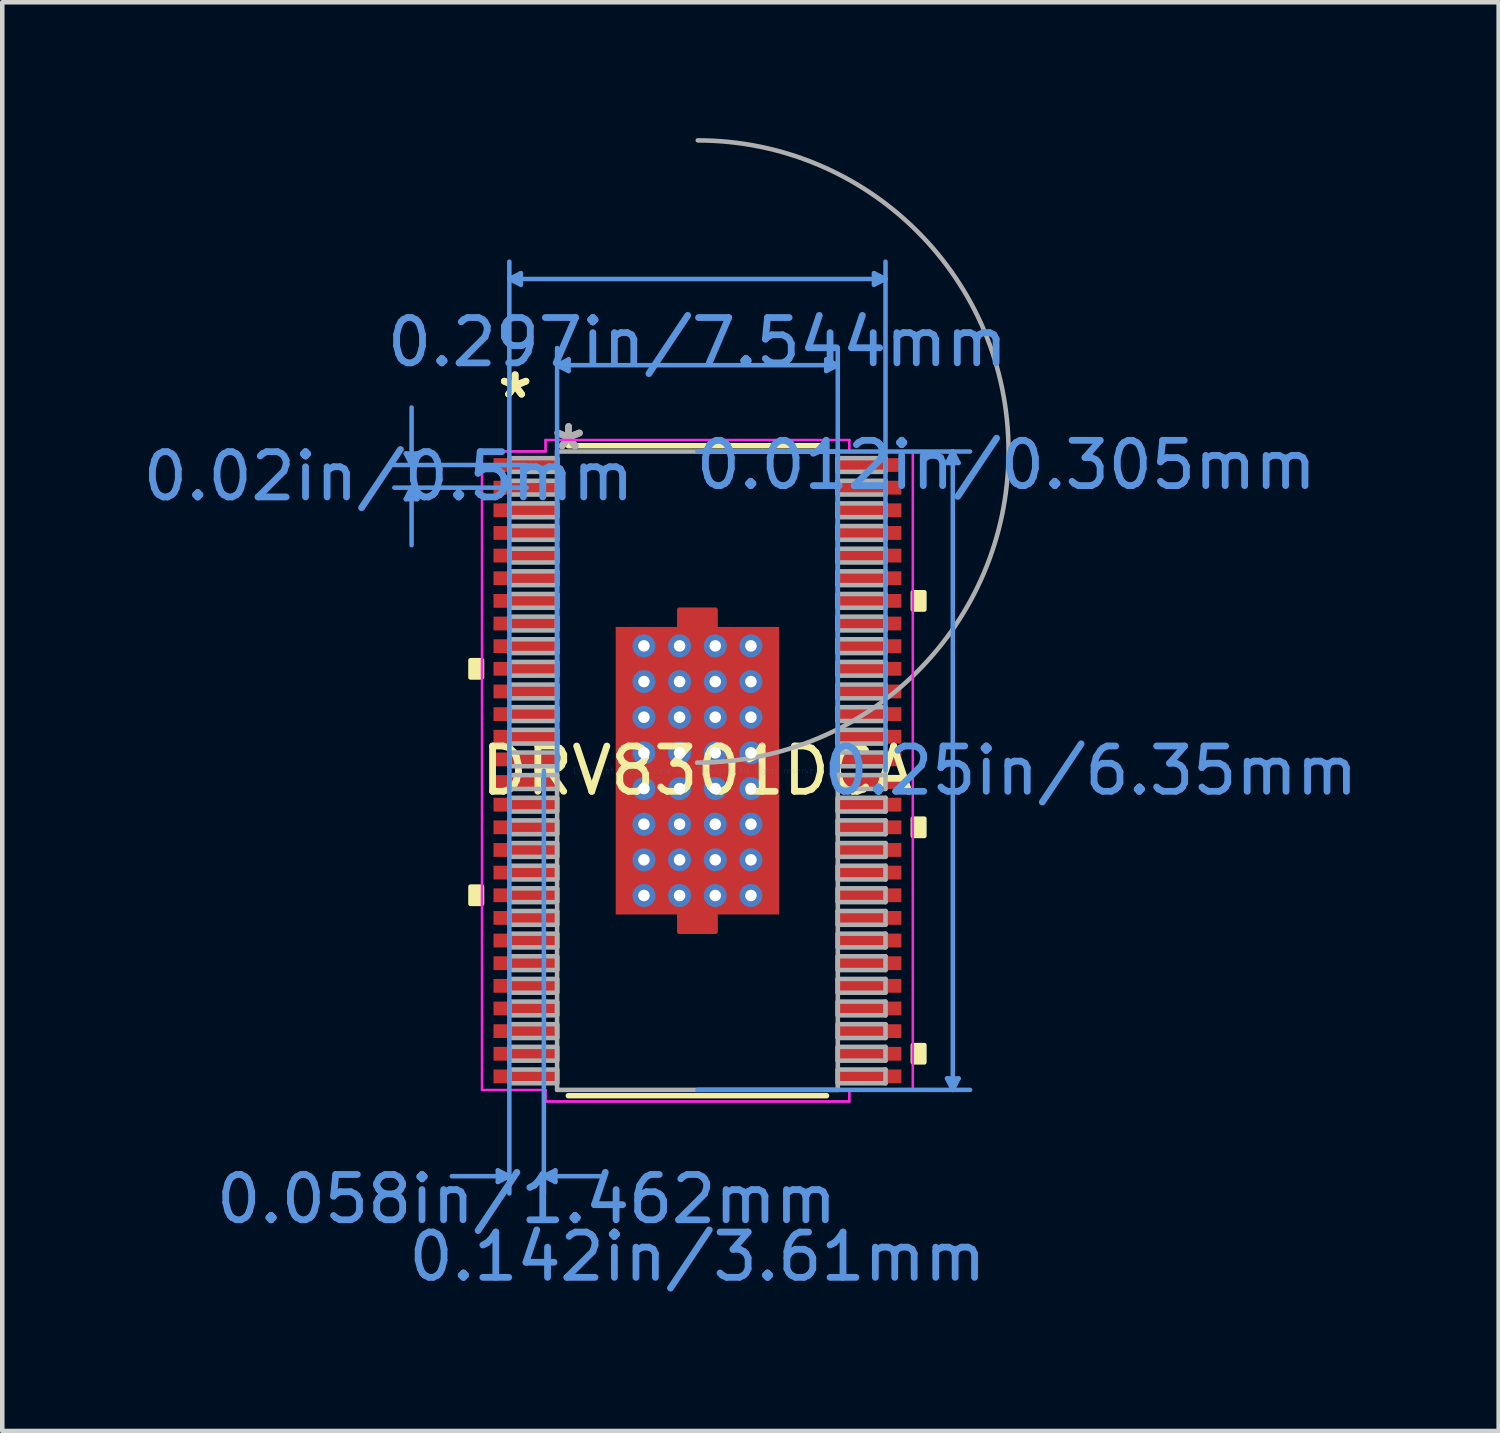
<source format=kicad_pcb>
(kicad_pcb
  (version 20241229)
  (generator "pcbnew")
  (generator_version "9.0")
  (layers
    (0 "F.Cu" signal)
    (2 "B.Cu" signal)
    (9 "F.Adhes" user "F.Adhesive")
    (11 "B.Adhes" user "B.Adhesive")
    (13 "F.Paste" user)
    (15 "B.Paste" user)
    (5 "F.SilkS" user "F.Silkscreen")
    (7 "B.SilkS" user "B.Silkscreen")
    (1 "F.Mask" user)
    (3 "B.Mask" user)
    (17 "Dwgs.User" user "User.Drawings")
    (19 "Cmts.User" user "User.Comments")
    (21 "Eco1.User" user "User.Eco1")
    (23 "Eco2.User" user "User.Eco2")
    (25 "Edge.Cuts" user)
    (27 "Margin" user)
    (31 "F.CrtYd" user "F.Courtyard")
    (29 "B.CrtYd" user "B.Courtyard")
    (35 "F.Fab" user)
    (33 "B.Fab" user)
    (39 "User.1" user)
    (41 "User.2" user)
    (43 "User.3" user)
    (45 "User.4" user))
  (footprint "DRV8301DCA"
    (layer "F.Cu")
    (at 12.35 13.968)
    (property "Reference" "DRV8301DCA" (at 0 0 0) (layer "F.SilkS") (effects (font (size 1 1) (thickness 0.15))))
    (attr through_hole)
    (fp_poly (pts (xy -0.4 -3.175) (xy -0.4 -3.555) (xy 0.4 -3.555) (xy 0.4 -3.175)) (stroke (width 0.1) (type solid)) (fill yes) (layer "F.Cu"))
    (fp_poly (pts (xy -0.4 3.175) (xy -0.4 3.555) (xy 0.4 3.555) (xy 0.4 3.175)) (stroke (width 0.1) (type solid)) (fill yes) (layer "F.Cu"))
    (fp_poly (pts (xy -1.869 -3.239) (xy -1.381 -3.239) (xy -1.381 3.239) (xy -1.869 3.239)) (stroke (width 0.1) (type solid)) (fill yes) (layer "F.Mask"))
    (fp_poly (pts (xy -1.869 -3.239) (xy 1.869 -3.239) (xy 1.869 -2.956) (xy -1.869 -2.956)) (stroke (width 0.1) (type solid)) (fill yes) (layer "F.Mask"))
    (fp_poly (pts (xy -1.869 -2.556) (xy 1.869 -2.556) (xy 1.869 -2.168) (xy -1.869 -2.168)) (stroke (width 0.1) (type solid)) (fill yes) (layer "F.Mask"))
    (fp_poly (pts (xy -1.869 -1.768) (xy 1.869 -1.768) (xy 1.869 -1.381) (xy -1.869 -1.381)) (stroke (width 0.1) (type solid)) (fill yes) (layer "F.Mask"))
    (fp_poly (pts (xy -1.869 -0.981) (xy 1.869 -0.981) (xy 1.869 -0.594) (xy -1.869 -0.594)) (stroke (width 0.1) (type solid)) (fill yes) (layer "F.Mask"))
    (fp_poly (pts (xy -1.869 -0.194) (xy 1.869 -0.194) (xy 1.869 0.194) (xy -1.869 0.194)) (stroke (width 0.1) (type solid)) (fill yes) (layer "F.Mask"))
    (fp_poly (pts (xy -1.869 0.594) (xy 1.869 0.594) (xy 1.869 0.981) (xy -1.869 0.981)) (stroke (width 0.1) (type solid)) (fill yes) (layer "F.Mask"))
    (fp_poly (pts (xy -1.869 1.381) (xy 1.869 1.381) (xy 1.869 1.768) (xy -1.869 1.768)) (stroke (width 0.1) (type solid)) (fill yes) (layer "F.Mask"))
    (fp_poly (pts (xy -1.869 2.168) (xy 1.869 2.168) (xy 1.869 2.556) (xy -1.869 2.556)) (stroke (width 0.1) (type solid)) (fill yes) (layer "F.Mask"))
    (fp_poly (pts (xy -1.869 2.956) (xy 1.869 2.956) (xy 1.869 3.239) (xy -1.869 3.239)) (stroke (width 0.1) (type solid)) (fill yes) (layer "F.Mask"))
    (fp_poly (pts (xy -0.594 -3.239) (xy -0.981 -3.239) (xy -0.981 3.239) (xy -0.594 3.239)) (stroke (width 0.1) (type solid)) (fill yes) (layer "F.Mask"))
    (fp_poly (pts (xy -0.4 -3.175) (xy -0.4 -3.555) (xy 0.4 -3.555) (xy 0.4 -3.175)) (stroke (width 0.1) (type solid)) (fill yes) (layer "F.Mask"))
    (fp_poly (pts (xy -0.4 3.175) (xy -0.4 3.555) (xy 0.4 3.555) (xy 0.4 3.175)) (stroke (width 0.1) (type solid)) (fill yes) (layer "F.Mask"))
    (fp_poly (pts (xy 0.194 -3.239) (xy -0.194 -3.239) (xy -0.194 3.239) (xy 0.194 3.239)) (stroke (width 0.1) (type solid)) (fill yes) (layer "F.Mask"))
    (fp_poly (pts (xy 0.981 -3.239) (xy 0.594 -3.239) (xy 0.594 3.239) (xy 0.981 3.239)) (stroke (width 0.1) (type solid)) (fill yes) (layer "F.Mask"))
    (fp_poly (pts (xy 1.381 -3.239) (xy 1.869 -3.239) (xy 1.869 3.239) (xy 1.381 3.239)) (stroke (width 0.1) (type solid)) (fill yes) (layer "F.Mask"))
    (fp_line (start -2.851 7.176) (end 2.851 7.176) (stroke (width 0.12) (type solid)) (layer "F.SilkS"))
    (fp_line (start 2.851 -7.176) (end -2.851 -7.176) (stroke (width 0.12) (type solid)) (layer "F.SilkS"))
    (fp_poly (pts (xy -5.011 -2.44) (xy -5.011 -2.059) (xy -4.757 -2.059) (xy -4.757 -2.44)) (stroke (width 0.1) (type solid)) (fill yes) (layer "F.SilkS"))
    (fp_poly (pts (xy -5.011 2.559) (xy -5.011 2.94) (xy -4.757 2.94) (xy -4.757 2.559)) (stroke (width 0.1) (type solid)) (fill yes) (layer "F.SilkS"))
    (fp_poly (pts (xy 5.011 -3.94) (xy 5.011 -3.559) (xy 4.757 -3.559) (xy 4.757 -3.94)) (stroke (width 0.1) (type solid)) (fill yes) (layer "F.SilkS"))
    (fp_poly (pts (xy 5.011 1.059) (xy 5.011 1.44) (xy 4.757 1.44) (xy 4.757 1.059)) (stroke (width 0.1) (type solid)) (fill yes) (layer "F.SilkS"))
    (fp_poly (pts (xy 5.011 6.059) (xy 5.011 6.44) (xy 4.757 6.44) (xy 4.757 6.059)) (stroke (width 0.1) (type solid)) (fill yes) (layer "F.SilkS"))
    (fp_poly (pts (xy -1.73 -3.1) (xy -1.73 -2.856) (xy -1.423 -2.856) (xy -1.281 -2.997) (xy -1.281 -3.1)) (stroke (width 0.1) (type solid)) (fill yes) (layer "F.Paste"))
    (fp_poly (pts (xy -1.73 2.856) (xy -1.73 3.1) (xy -1.281 3.1) (xy -1.281 2.997) (xy -1.423 2.856)) (stroke (width 0.1) (type solid)) (fill yes) (layer "F.Paste"))
    (fp_poly (pts (xy 1.281 -3.1) (xy 1.281 -2.997) (xy 1.423 -2.856) (xy 1.73 -2.856) (xy 1.73 -3.1)) (stroke (width 0.1) (type solid)) (fill yes) (layer "F.Paste"))
    (fp_poly (pts (xy 1.423 2.856) (xy 1.281 2.997) (xy 1.281 3.1) (xy 1.73 3.1) (xy 1.73 2.856)) (stroke (width 0.1) (type solid)) (fill yes) (layer "F.Paste"))
    (fp_poly (pts (xy -1.73 -2.656) (xy -1.73 -2.068) (xy -1.423 -2.068) (xy -1.281 -2.21) (xy -1.281 -2.514) (xy -1.423 -2.656)) (stroke (width 0.1) (type solid)) (fill yes) (layer "F.Paste"))
    (fp_poly (pts (xy -1.73 -1.869) (xy -1.73 -1.281) (xy -1.423 -1.281) (xy -1.281 -1.423) (xy -1.281 -1.727) (xy -1.423 -1.869)) (stroke (width 0.1) (type solid)) (fill yes) (layer "F.Paste"))
    (fp_poly (pts (xy -1.73 -1.081) (xy -1.73 -0.494) (xy -1.423 -0.494) (xy -1.281 -0.635) (xy -1.281 -0.94) (xy -1.423 -1.081)) (stroke (width 0.1) (type solid)) (fill yes) (layer "F.Paste"))
    (fp_poly (pts (xy -1.73 -0.294) (xy -1.73 0.294) (xy -1.423 0.294) (xy -1.281 0.152) (xy -1.281 -0.152) (xy -1.423 -0.294)) (stroke (width 0.1) (type solid)) (fill yes) (layer "F.Paste"))
    (fp_poly (pts (xy -1.73 0.494) (xy -1.73 1.081) (xy -1.423 1.081) (xy -1.281 0.94) (xy -1.281 0.635) (xy -1.423 0.494)) (stroke (width 0.1) (type solid)) (fill yes) (layer "F.Paste"))
    (fp_poly (pts (xy -1.73 1.281) (xy -1.73 1.869) (xy -1.423 1.869) (xy -1.281 1.727) (xy -1.281 1.423) (xy -1.423 1.281)) (stroke (width 0.1) (type solid)) (fill yes) (layer "F.Paste"))
    (fp_poly (pts (xy -1.73 2.068) (xy -1.73 2.656) (xy -1.423 2.656) (xy -1.281 2.514) (xy -1.281 2.21) (xy -1.423 2.068)) (stroke (width 0.1) (type solid)) (fill yes) (layer "F.Paste"))
    (fp_poly (pts (xy -1.081 -3.1) (xy -1.081 -2.997) (xy -0.94 -2.856) (xy -0.635 -2.856) (xy -0.494 -2.997) (xy -0.494 -3.1)) (stroke (width 0.1) (type solid)) (fill yes) (layer "F.Paste"))
    (fp_poly (pts (xy -0.94 2.856) (xy -1.081 2.997) (xy -1.081 3.1) (xy -0.494 3.1) (xy -0.494 2.997) (xy -0.635 2.856)) (stroke (width 0.1) (type solid)) (fill yes) (layer "F.Paste"))
    (fp_poly (pts (xy -0.294 -3.1) (xy -0.294 -2.997) (xy -0.152 -2.856) (xy 0.152 -2.856) (xy 0.294 -2.997) (xy 0.294 -3.1)) (stroke (width 0.1) (type solid)) (fill yes) (layer "F.Paste"))
    (fp_poly (pts (xy -0.152 2.856) (xy -0.294 2.997) (xy -0.294 3.1) (xy 0.294 3.1) (xy 0.294 2.997) (xy 0.152 2.856)) (stroke (width 0.1) (type solid)) (fill yes) (layer "F.Paste"))
    (fp_poly (pts (xy 0.494 -3.1) (xy 0.494 -2.997) (xy 0.635 -2.856) (xy 0.94 -2.856) (xy 1.081 -2.997) (xy 1.081 -3.1)) (stroke (width 0.1) (type solid)) (fill yes) (layer "F.Paste"))
    (fp_poly (pts (xy 0.635 2.856) (xy 0.494 2.997) (xy 0.494 3.1) (xy 1.081 3.1) (xy 1.081 2.997) (xy 0.94 2.856)) (stroke (width 0.1) (type solid)) (fill yes) (layer "F.Paste"))
    (fp_poly (pts (xy 1.423 -2.656) (xy 1.281 -2.514) (xy 1.281 -2.21) (xy 1.423 -2.068) (xy 1.73 -2.068) (xy 1.73 -2.656)) (stroke (width 0.1) (type solid)) (fill yes) (layer "F.Paste"))
    (fp_poly (pts (xy 1.423 -1.869) (xy 1.281 -1.727) (xy 1.281 -1.423) (xy 1.423 -1.281) (xy 1.73 -1.281) (xy 1.73 -1.869)) (stroke (width 0.1) (type solid)) (fill yes) (layer "F.Paste"))
    (fp_poly (pts (xy 1.423 -1.081) (xy 1.281 -0.94) (xy 1.281 -0.635) (xy 1.423 -0.494) (xy 1.73 -0.494) (xy 1.73 -1.081)) (stroke (width 0.1) (type solid)) (fill yes) (layer "F.Paste"))
    (fp_poly (pts (xy 1.423 -0.294) (xy 1.281 -0.152) (xy 1.281 0.152) (xy 1.423 0.294) (xy 1.73 0.294) (xy 1.73 -0.294)) (stroke (width 0.1) (type solid)) (fill yes) (layer "F.Paste"))
    (fp_poly (pts (xy 1.423 0.494) (xy 1.281 0.635) (xy 1.281 0.94) (xy 1.423 1.081) (xy 1.73 1.081) (xy 1.73 0.494)) (stroke (width 0.1) (type solid)) (fill yes) (layer "F.Paste"))
    (fp_poly (pts (xy 1.423 1.281) (xy 1.281 1.423) (xy 1.281 1.727) (xy 1.423 1.869) (xy 1.73 1.869) (xy 1.73 1.281)) (stroke (width 0.1) (type solid)) (fill yes) (layer "F.Paste"))
    (fp_poly (pts (xy 1.423 2.068) (xy 1.281 2.21) (xy 1.281 2.514) (xy 1.423 2.656) (xy 1.73 2.656) (xy 1.73 2.068)) (stroke (width 0.1) (type solid)) (fill yes) (layer "F.Paste"))
    (fp_poly (pts (xy -0.94 -2.656) (xy -1.081 -2.514) (xy -1.081 -2.21) (xy -0.94 -2.068) (xy -0.635 -2.068) (xy -0.494 -2.21) (xy -0.494 -2.514) (xy -0.635 -2.656)) (stroke (width 0.1) (type solid)) (fill yes) (layer "F.Paste"))
    (fp_poly (pts (xy -0.94 -1.869) (xy -1.081 -1.727) (xy -1.081 -1.423) (xy -0.94 -1.281) (xy -0.635 -1.281) (xy -0.494 -1.423) (xy -0.494 -1.727) (xy -0.635 -1.869)) (stroke (width 0.1) (type solid)) (fill yes) (layer "F.Paste"))
    (fp_poly (pts (xy -0.94 -1.081) (xy -1.081 -0.94) (xy -1.081 -0.635) (xy -0.94 -0.494) (xy -0.635 -0.494) (xy -0.494 -0.635) (xy -0.494 -0.94) (xy -0.635 -1.081)) (stroke (width 0.1) (type solid)) (fill yes) (layer "F.Paste"))
    (fp_poly (pts (xy -0.94 -0.294) (xy -1.081 -0.152) (xy -1.081 0.152) (xy -0.94 0.294) (xy -0.635 0.294) (xy -0.494 0.152) (xy -0.494 -0.152) (xy -0.635 -0.294)) (stroke (width 0.1) (type solid)) (fill yes) (layer "F.Paste"))
    (fp_poly (pts (xy -0.94 0.494) (xy -1.081 0.635) (xy -1.081 0.94) (xy -0.94 1.081) (xy -0.635 1.081) (xy -0.494 0.94) (xy -0.494 0.635) (xy -0.635 0.494)) (stroke (width 0.1) (type solid)) (fill yes) (layer "F.Paste"))
    (fp_poly (pts (xy -0.94 1.281) (xy -1.081 1.423) (xy -1.081 1.727) (xy -0.94 1.869) (xy -0.635 1.869) (xy -0.494 1.727) (xy -0.494 1.423) (xy -0.635 1.281)) (stroke (width 0.1) (type solid)) (fill yes) (layer "F.Paste"))
    (fp_poly (pts (xy -0.94 2.068) (xy -1.081 2.21) (xy -1.081 2.514) (xy -0.94 2.656) (xy -0.635 2.656) (xy -0.494 2.514) (xy -0.494 2.21) (xy -0.635 2.068)) (stroke (width 0.1) (type solid)) (fill yes) (layer "F.Paste"))
    (fp_poly (pts (xy -0.152 -2.656) (xy -0.294 -2.514) (xy -0.294 -2.21) (xy -0.152 -2.068) (xy 0.152 -2.068) (xy 0.294 -2.21) (xy 0.294 -2.514) (xy 0.152 -2.656)) (stroke (width 0.1) (type solid)) (fill yes) (layer "F.Paste"))
    (fp_poly (pts (xy -0.152 -1.869) (xy -0.294 -1.727) (xy -0.294 -1.423) (xy -0.152 -1.281) (xy 0.152 -1.281) (xy 0.294 -1.423) (xy 0.294 -1.727) (xy 0.152 -1.869)) (stroke (width 0.1) (type solid)) (fill yes) (layer "F.Paste"))
    (fp_poly (pts (xy -0.152 -1.081) (xy -0.294 -0.94) (xy -0.294 -0.635) (xy -0.152 -0.494) (xy 0.152 -0.494) (xy 0.294 -0.635) (xy 0.294 -0.94) (xy 0.152 -1.081)) (stroke (width 0.1) (type solid)) (fill yes) (layer "F.Paste"))
    (fp_poly (pts (xy -0.152 -0.294) (xy -0.294 -0.152) (xy -0.294 0.152) (xy -0.152 0.294) (xy 0.152 0.294) (xy 0.294 0.152) (xy 0.294 -0.152) (xy 0.152 -0.294)) (stroke (width 0.1) (type solid)) (fill yes) (layer "F.Paste"))
    (fp_poly (pts (xy -0.152 0.494) (xy -0.294 0.635) (xy -0.294 0.94) (xy -0.152 1.081) (xy 0.152 1.081) (xy 0.294 0.94) (xy 0.294 0.635) (xy 0.152 0.494)) (stroke (width 0.1) (type solid)) (fill yes) (layer "F.Paste"))
    (fp_poly (pts (xy -0.152 1.281) (xy -0.294 1.423) (xy -0.294 1.727) (xy -0.152 1.869) (xy 0.152 1.869) (xy 0.294 1.727) (xy 0.294 1.423) (xy 0.152 1.281)) (stroke (width 0.1) (type solid)) (fill yes) (layer "F.Paste"))
    (fp_poly (pts (xy -0.152 2.068) (xy -0.294 2.21) (xy -0.294 2.514) (xy -0.152 2.656) (xy 0.152 2.656) (xy 0.294 2.514) (xy 0.294 2.21) (xy 0.152 2.068)) (stroke (width 0.1) (type solid)) (fill yes) (layer "F.Paste"))
    (fp_poly (pts (xy 0.635 -2.656) (xy 0.494 -2.514) (xy 0.494 -2.21) (xy 0.635 -2.068) (xy 0.94 -2.068) (xy 1.081 -2.21) (xy 1.081 -2.514) (xy 0.94 -2.656)) (stroke (width 0.1) (type solid)) (fill yes) (layer "F.Paste"))
    (fp_poly (pts (xy 0.635 -1.869) (xy 0.494 -1.727) (xy 0.494 -1.423) (xy 0.635 -1.281) (xy 0.94 -1.281) (xy 1.081 -1.423) (xy 1.081 -1.727) (xy 0.94 -1.869)) (stroke (width 0.1) (type solid)) (fill yes) (layer "F.Paste"))
    (fp_poly (pts (xy 0.635 -1.081) (xy 0.494 -0.94) (xy 0.494 -0.635) (xy 0.635 -0.494) (xy 0.94 -0.494) (xy 1.081 -0.635) (xy 1.081 -0.94) (xy 0.94 -1.081)) (stroke (width 0.1) (type solid)) (fill yes) (layer "F.Paste"))
    (fp_poly (pts (xy 0.635 -0.294) (xy 0.494 -0.152) (xy 0.494 0.152) (xy 0.635 0.294) (xy 0.94 0.294) (xy 1.081 0.152) (xy 1.081 -0.152) (xy 0.94 -0.294)) (stroke (width 0.1) (type solid)) (fill yes) (layer "F.Paste"))
    (fp_poly (pts (xy 0.635 0.494) (xy 0.494 0.635) (xy 0.494 0.94) (xy 0.635 1.081) (xy 0.94 1.081) (xy 1.081 0.94) (xy 1.081 0.635) (xy 0.94 0.494)) (stroke (width 0.1) (type solid)) (fill yes) (layer "F.Paste"))
    (fp_poly (pts (xy 0.635 1.281) (xy 0.494 1.423) (xy 0.494 1.727) (xy 0.635 1.869) (xy 0.94 1.869) (xy 1.081 1.727) (xy 1.081 1.423) (xy 0.94 1.281)) (stroke (width 0.1) (type solid)) (fill yes) (layer "F.Paste"))
    (fp_poly (pts (xy 0.635 2.068) (xy 0.494 2.21) (xy 0.494 2.514) (xy 0.635 2.656) (xy 0.94 2.656) (xy 1.081 2.514) (xy 1.081 2.21) (xy 0.94 2.068)) (stroke (width 0.1) (type solid)) (fill yes) (layer "F.Paste"))
    (fp_line (start -6.439 -7.004) (end -6.185 -7.004) (stroke (width 0.1) (type solid)) (layer "Cmts.User"))
    (fp_line (start -6.439 -5.996) (end -6.185 -5.996) (stroke (width 0.1) (type solid)) (layer "Cmts.User"))
    (fp_line (start -6.312 -6.75) (end -6.439 -7.004) (stroke (width 0.1) (type solid)) (layer "Cmts.User"))
    (fp_line (start -6.312 -6.75) (end -6.312 -8.02) (stroke (width 0.1) (type solid)) (layer "Cmts.User"))
    (fp_line (start -6.312 -6.75) (end -6.185 -7.004) (stroke (width 0.1) (type solid)) (layer "Cmts.User"))
    (fp_line (start -6.312 -6.25) (end -6.439 -5.996) (stroke (width 0.1) (type solid)) (layer "Cmts.User"))
    (fp_line (start -6.312 -6.25) (end -6.312 -4.98) (stroke (width 0.1) (type solid)) (layer "Cmts.User"))
    (fp_line (start -6.312 -6.25) (end -6.185 -5.996) (stroke (width 0.1) (type solid)) (layer "Cmts.User"))
    (fp_line (start -4.407 8.826) (end -4.407 9.081) (stroke (width 0.1) (type solid)) (layer "Cmts.User"))
    (fp_line (start -4.153 -10.858) (end -3.899 -10.986) (stroke (width 0.1) (type solid)) (layer "Cmts.User"))
    (fp_line (start -4.153 -10.858) (end -3.899 -10.732) (stroke (width 0.1) (type solid)) (layer "Cmts.User"))
    (fp_line (start -4.153 -10.858) (end 4.153 -10.858) (stroke (width 0.1) (type solid)) (layer "Cmts.User"))
    (fp_line (start -4.153 0) (end -4.153 -11.239) (stroke (width 0.1) (type solid)) (layer "Cmts.User"))
    (fp_line (start -4.153 0) (end -4.153 9.335) (stroke (width 0.1) (type solid)) (layer "Cmts.User"))
    (fp_line (start -4.153 8.954) (end -5.423 8.954) (stroke (width 0.1) (type solid)) (layer "Cmts.User"))
    (fp_line (start -4.153 8.954) (end -4.407 8.826) (stroke (width 0.1) (type solid)) (layer "Cmts.User"))
    (fp_line (start -4.153 8.954) (end -4.407 9.081) (stroke (width 0.1) (type solid)) (layer "Cmts.User"))
    (fp_line (start -3.899 -10.986) (end -3.899 -10.732) (stroke (width 0.1) (type solid)) (layer "Cmts.User"))
    (fp_line (start -3.772 -6.75) (end -6.693 -6.75) (stroke (width 0.1) (type solid)) (layer "Cmts.User"))
    (fp_line (start -3.772 -6.25) (end -6.693 -6.25) (stroke (width 0.1) (type solid)) (layer "Cmts.User"))
    (fp_line (start -3.391 0) (end -3.391 9.335) (stroke (width 0.1) (type solid)) (layer "Cmts.User"))
    (fp_line (start -3.391 8.954) (end -3.137 8.826) (stroke (width 0.1) (type solid)) (layer "Cmts.User"))
    (fp_line (start -3.391 8.954) (end -3.137 9.081) (stroke (width 0.1) (type solid)) (layer "Cmts.User"))
    (fp_line (start -3.391 8.954) (end -2.121 8.954) (stroke (width 0.1) (type solid)) (layer "Cmts.User"))
    (fp_line (start -3.137 8.826) (end -3.137 9.081) (stroke (width 0.1) (type solid)) (layer "Cmts.User"))
    (fp_line (start -3.099 -8.954) (end -2.845 -9.081) (stroke (width 0.1) (type solid)) (layer "Cmts.User"))
    (fp_line (start -3.099 -8.954) (end -2.845 -8.826) (stroke (width 0.1) (type solid)) (layer "Cmts.User"))
    (fp_line (start -3.099 -8.954) (end 3.099 -8.954) (stroke (width 0.1) (type solid)) (layer "Cmts.User"))
    (fp_line (start -3.099 0) (end -3.099 -9.335) (stroke (width 0.1) (type solid)) (layer "Cmts.User"))
    (fp_line (start -2.845 -9.081) (end -2.845 -8.826) (stroke (width 0.1) (type solid)) (layer "Cmts.User"))
    (fp_line (start 0 -7.048) (end 6.02 -7.048) (stroke (width 0.1) (type solid)) (layer "Cmts.User"))
    (fp_line (start 0 7.048) (end 6.02 7.048) (stroke (width 0.1) (type solid)) (layer "Cmts.User"))
    (fp_line (start 2.845 -9.081) (end 2.845 -8.826) (stroke (width 0.1) (type solid)) (layer "Cmts.User"))
    (fp_line (start 3.099 -8.954) (end 2.845 -9.081) (stroke (width 0.1) (type solid)) (layer "Cmts.User"))
    (fp_line (start 3.099 -8.954) (end 2.845 -8.826) (stroke (width 0.1) (type solid)) (layer "Cmts.User"))
    (fp_line (start 3.099 0) (end 3.099 -9.335) (stroke (width 0.1) (type solid)) (layer "Cmts.User"))
    (fp_line (start 3.899 -10.986) (end 3.899 -10.732) (stroke (width 0.1) (type solid)) (layer "Cmts.User"))
    (fp_line (start 4.153 -10.858) (end 3.899 -10.986) (stroke (width 0.1) (type solid)) (layer "Cmts.User"))
    (fp_line (start 4.153 -10.858) (end 3.899 -10.732) (stroke (width 0.1) (type solid)) (layer "Cmts.User"))
    (fp_line (start 4.153 0) (end 4.153 -11.239) (stroke (width 0.1) (type solid)) (layer "Cmts.User"))
    (fp_line (start 5.512 -6.795) (end 5.766 -6.795) (stroke (width 0.1) (type solid)) (layer "Cmts.User"))
    (fp_line (start 5.512 6.795) (end 5.766 6.795) (stroke (width 0.1) (type solid)) (layer "Cmts.User"))
    (fp_line (start 5.639 -7.048) (end 5.512 -6.795) (stroke (width 0.1) (type solid)) (layer "Cmts.User"))
    (fp_line (start 5.639 -7.048) (end 5.639 7.048) (stroke (width 0.1) (type solid)) (layer "Cmts.User"))
    (fp_line (start 5.639 -7.048) (end 5.766 -6.795) (stroke (width 0.1) (type solid)) (layer "Cmts.User"))
    (fp_line (start 5.639 7.048) (end 5.512 6.795) (stroke (width 0.1) (type solid)) (layer "Cmts.User"))
    (fp_line (start 5.639 7.048) (end 5.766 6.795) (stroke (width 0.1) (type solid)) (layer "Cmts.User"))
    (fp_line (start -4.757 -7.051) (end -3.353 -7.051) (stroke (width 0.05) (type solid)) (layer "F.CrtYd"))
    (fp_line (start -4.757 -7.051) (end -3.353 -7.051) (stroke (width 0.05) (type solid)) (layer "F.CrtYd"))
    (fp_line (start -4.757 7.051) (end -4.757 -7.051) (stroke (width 0.05) (type solid)) (layer "F.CrtYd"))
    (fp_line (start -4.757 7.051) (end -4.757 -7.051) (stroke (width 0.05) (type solid)) (layer "F.CrtYd"))
    (fp_line (start -4.757 7.051) (end -3.353 7.051) (stroke (width 0.05) (type solid)) (layer "F.CrtYd"))
    (fp_line (start -3.353 -7.303) (end 3.353 -7.303) (stroke (width 0.05) (type solid)) (layer "F.CrtYd"))
    (fp_line (start -3.353 -7.303) (end 3.353 -7.303) (stroke (width 0.05) (type solid)) (layer "F.CrtYd"))
    (fp_line (start -3.353 -7.051) (end -3.353 -7.303) (stroke (width 0.05) (type solid)) (layer "F.CrtYd"))
    (fp_line (start -3.353 -7.051) (end -3.353 -7.303) (stroke (width 0.05) (type solid)) (layer "F.CrtYd"))
    (fp_line (start -3.353 7.051) (end -4.757 7.051) (stroke (width 0.05) (type solid)) (layer "F.CrtYd"))
    (fp_line (start -3.353 7.303) (end -3.353 7.051) (stroke (width 0.05) (type solid)) (layer "F.CrtYd"))
    (fp_line (start -3.353 7.303) (end -3.353 7.051) (stroke (width 0.05) (type solid)) (layer "F.CrtYd"))
    (fp_line (start 3.353 -7.303) (end 3.353 -7.051) (stroke (width 0.05) (type solid)) (layer "F.CrtYd"))
    (fp_line (start 3.353 -7.303) (end 3.353 -7.051) (stroke (width 0.05) (type solid)) (layer "F.CrtYd"))
    (fp_line (start 3.353 -7.051) (end 4.757 -7.051) (stroke (width 0.05) (type solid)) (layer "F.CrtYd"))
    (fp_line (start 3.353 7.051) (end 3.353 7.303) (stroke (width 0.05) (type solid)) (layer "F.CrtYd"))
    (fp_line (start 3.353 7.051) (end 3.353 7.303) (stroke (width 0.05) (type solid)) (layer "F.CrtYd"))
    (fp_line (start 3.353 7.303) (end -3.353 7.303) (stroke (width 0.05) (type solid)) (layer "F.CrtYd"))
    (fp_line (start 3.353 7.303) (end -3.353 7.303) (stroke (width 0.05) (type solid)) (layer "F.CrtYd"))
    (fp_line (start 4.757 -7.051) (end 3.353 -7.051) (stroke (width 0.05) (type solid)) (layer "F.CrtYd"))
    (fp_line (start 4.757 -7.051) (end 4.757 7.051) (stroke (width 0.05) (type solid)) (layer "F.CrtYd"))
    (fp_line (start 4.757 -7.051) (end 4.757 7.051) (stroke (width 0.05) (type solid)) (layer "F.CrtYd"))
    (fp_line (start 4.757 7.051) (end 3.353 7.051) (stroke (width 0.05) (type solid)) (layer "F.CrtYd"))
    (fp_line (start 4.757 7.051) (end 3.353 7.051) (stroke (width 0.05) (type solid)) (layer "F.CrtYd"))
    (fp_line (start -4.153 -6.902) (end -4.153 -6.598) (stroke (width 0.1) (type solid)) (layer "F.Fab"))
    (fp_line (start -4.153 -6.598) (end -3.099 -6.598) (stroke (width 0.1) (type solid)) (layer "F.Fab"))
    (fp_line (start -4.153 -6.402) (end -4.153 -6.098) (stroke (width 0.1) (type solid)) (layer "F.Fab"))
    (fp_line (start -4.153 -6.098) (end -3.099 -6.098) (stroke (width 0.1) (type solid)) (layer "F.Fab"))
    (fp_line (start -4.153 -5.902) (end -4.153 -5.598) (stroke (width 0.1) (type solid)) (layer "F.Fab"))
    (fp_line (start -4.153 -5.598) (end -3.099 -5.598) (stroke (width 0.1) (type solid)) (layer "F.Fab"))
    (fp_line (start -4.153 -5.402) (end -4.153 -5.098) (stroke (width 0.1) (type solid)) (layer "F.Fab"))
    (fp_line (start -4.153 -5.098) (end -3.099 -5.098) (stroke (width 0.1) (type solid)) (layer "F.Fab"))
    (fp_line (start -4.153 -4.902) (end -4.153 -4.598) (stroke (width 0.1) (type solid)) (layer "F.Fab"))
    (fp_line (start -4.153 -4.598) (end -3.099 -4.598) (stroke (width 0.1) (type solid)) (layer "F.Fab"))
    (fp_line (start -4.153 -4.402) (end -4.153 -4.098) (stroke (width 0.1) (type solid)) (layer "F.Fab"))
    (fp_line (start -4.153 -4.098) (end -3.099 -4.098) (stroke (width 0.1) (type solid)) (layer "F.Fab"))
    (fp_line (start -4.153 -3.902) (end -4.153 -3.598) (stroke (width 0.1) (type solid)) (layer "F.Fab"))
    (fp_line (start -4.153 -3.598) (end -3.099 -3.598) (stroke (width 0.1) (type solid)) (layer "F.Fab"))
    (fp_line (start -4.153 -3.402) (end -4.153 -3.098) (stroke (width 0.1) (type solid)) (layer "F.Fab"))
    (fp_line (start -4.153 -3.098) (end -3.099 -3.098) (stroke (width 0.1) (type solid)) (layer "F.Fab"))
    (fp_line (start -4.153 -2.902) (end -4.153 -2.598) (stroke (width 0.1) (type solid)) (layer "F.Fab"))
    (fp_line (start -4.153 -2.598) (end -3.099 -2.598) (stroke (width 0.1) (type solid)) (layer "F.Fab"))
    (fp_line (start -4.153 -2.402) (end -4.153 -2.098) (stroke (width 0.1) (type solid)) (layer "F.Fab"))
    (fp_line (start -4.153 -2.098) (end -3.099 -2.098) (stroke (width 0.1) (type solid)) (layer "F.Fab"))
    (fp_line (start -4.153 -1.902) (end -4.153 -1.598) (stroke (width 0.1) (type solid)) (layer "F.Fab"))
    (fp_line (start -4.153 -1.598) (end -3.099 -1.598) (stroke (width 0.1) (type solid)) (layer "F.Fab"))
    (fp_line (start -4.153 -1.402) (end -4.153 -1.098) (stroke (width 0.1) (type solid)) (layer "F.Fab"))
    (fp_line (start -4.153 -1.098) (end -3.099 -1.098) (stroke (width 0.1) (type solid)) (layer "F.Fab"))
    (fp_line (start -4.153 -0.902) (end -4.153 -0.598) (stroke (width 0.1) (type solid)) (layer "F.Fab"))
    (fp_line (start -4.153 -0.598) (end -3.099 -0.598) (stroke (width 0.1) (type solid)) (layer "F.Fab"))
    (fp_line (start -4.153 -0.402) (end -4.153 -0.098) (stroke (width 0.1) (type solid)) (layer "F.Fab"))
    (fp_line (start -4.153 -0.098) (end -3.099 -0.098) (stroke (width 0.1) (type solid)) (layer "F.Fab"))
    (fp_line (start -4.153 0.098) (end -4.153 0.402) (stroke (width 0.1) (type solid)) (layer "F.Fab"))
    (fp_line (start -4.153 0.402) (end -3.099 0.402) (stroke (width 0.1) (type solid)) (layer "F.Fab"))
    (fp_line (start -4.153 0.598) (end -4.153 0.902) (stroke (width 0.1) (type solid)) (layer "F.Fab"))
    (fp_line (start -4.153 0.902) (end -3.099 0.902) (stroke (width 0.1) (type solid)) (layer "F.Fab"))
    (fp_line (start -4.153 1.098) (end -4.153 1.402) (stroke (width 0.1) (type solid)) (layer "F.Fab"))
    (fp_line (start -4.153 1.402) (end -3.099 1.402) (stroke (width 0.1) (type solid)) (layer "F.Fab"))
    (fp_line (start -4.153 1.598) (end -4.153 1.902) (stroke (width 0.1) (type solid)) (layer "F.Fab"))
    (fp_line (start -4.153 1.902) (end -3.099 1.902) (stroke (width 0.1) (type solid)) (layer "F.Fab"))
    (fp_line (start -4.153 2.098) (end -4.153 2.402) (stroke (width 0.1) (type solid)) (layer "F.Fab"))
    (fp_line (start -4.153 2.402) (end -3.099 2.402) (stroke (width 0.1) (type solid)) (layer "F.Fab"))
    (fp_line (start -4.153 2.598) (end -4.153 2.902) (stroke (width 0.1) (type solid)) (layer "F.Fab"))
    (fp_line (start -4.153 2.902) (end -3.099 2.902) (stroke (width 0.1) (type solid)) (layer "F.Fab"))
    (fp_line (start -4.153 3.098) (end -4.153 3.402) (stroke (width 0.1) (type solid)) (layer "F.Fab"))
    (fp_line (start -4.153 3.402) (end -3.099 3.402) (stroke (width 0.1) (type solid)) (layer "F.Fab"))
    (fp_line (start -4.153 3.598) (end -4.153 3.902) (stroke (width 0.1) (type solid)) (layer "F.Fab"))
    (fp_line (start -4.153 3.902) (end -3.099 3.902) (stroke (width 0.1) (type solid)) (layer "F.Fab"))
    (fp_line (start -4.153 4.098) (end -4.153 4.402) (stroke (width 0.1) (type solid)) (layer "F.Fab"))
    (fp_line (start -4.153 4.402) (end -3.099 4.402) (stroke (width 0.1) (type solid)) (layer "F.Fab"))
    (fp_line (start -4.153 4.598) (end -4.153 4.902) (stroke (width 0.1) (type solid)) (layer "F.Fab"))
    (fp_line (start -4.153 4.902) (end -3.099 4.902) (stroke (width 0.1) (type solid)) (layer "F.Fab"))
    (fp_line (start -4.153 5.098) (end -4.153 5.402) (stroke (width 0.1) (type solid)) (layer "F.Fab"))
    (fp_line (start -4.153 5.402) (end -3.099 5.402) (stroke (width 0.1) (type solid)) (layer "F.Fab"))
    (fp_line (start -4.153 5.598) (end -4.153 5.902) (stroke (width 0.1) (type solid)) (layer "F.Fab"))
    (fp_line (start -4.153 5.902) (end -3.099 5.902) (stroke (width 0.1) (type solid)) (layer "F.Fab"))
    (fp_line (start -4.153 6.098) (end -4.153 6.402) (stroke (width 0.1) (type solid)) (layer "F.Fab"))
    (fp_line (start -4.153 6.402) (end -3.099 6.402) (stroke (width 0.1) (type solid)) (layer "F.Fab"))
    (fp_line (start -4.153 6.598) (end -4.153 6.902) (stroke (width 0.1) (type solid)) (layer "F.Fab"))
    (fp_line (start -4.153 6.902) (end -3.099 6.902) (stroke (width 0.1) (type solid)) (layer "F.Fab"))
    (fp_line (start -3.099 -7.048) (end -3.099 7.048) (stroke (width 0.1) (type solid)) (layer "F.Fab"))
    (fp_line (start -3.099 -6.902) (end -4.153 -6.902) (stroke (width 0.1) (type solid)) (layer "F.Fab"))
    (fp_line (start -3.099 -6.598) (end -3.099 -6.902) (stroke (width 0.1) (type solid)) (layer "F.Fab"))
    (fp_line (start -3.099 -6.402) (end -4.153 -6.402) (stroke (width 0.1) (type solid)) (layer "F.Fab"))
    (fp_line (start -3.099 -6.098) (end -3.099 -6.402) (stroke (width 0.1) (type solid)) (layer "F.Fab"))
    (fp_line (start -3.099 -5.902) (end -4.153 -5.902) (stroke (width 0.1) (type solid)) (layer "F.Fab"))
    (fp_line (start -3.099 -5.598) (end -3.099 -5.902) (stroke (width 0.1) (type solid)) (layer "F.Fab"))
    (fp_line (start -3.099 -5.402) (end -4.153 -5.402) (stroke (width 0.1) (type solid)) (layer "F.Fab"))
    (fp_line (start -3.099 -5.098) (end -3.099 -5.402) (stroke (width 0.1) (type solid)) (layer "F.Fab"))
    (fp_line (start -3.099 -4.902) (end -4.153 -4.902) (stroke (width 0.1) (type solid)) (layer "F.Fab"))
    (fp_line (start -3.099 -4.598) (end -3.099 -4.902) (stroke (width 0.1) (type solid)) (layer "F.Fab"))
    (fp_line (start -3.099 -4.402) (end -4.153 -4.402) (stroke (width 0.1) (type solid)) (layer "F.Fab"))
    (fp_line (start -3.099 -4.098) (end -3.099 -4.402) (stroke (width 0.1) (type solid)) (layer "F.Fab"))
    (fp_line (start -3.099 -3.902) (end -4.153 -3.902) (stroke (width 0.1) (type solid)) (layer "F.Fab"))
    (fp_line (start -3.099 -3.598) (end -3.099 -3.902) (stroke (width 0.1) (type solid)) (layer "F.Fab"))
    (fp_line (start -3.099 -3.402) (end -4.153 -3.402) (stroke (width 0.1) (type solid)) (layer "F.Fab"))
    (fp_line (start -3.099 -3.098) (end -3.099 -3.402) (stroke (width 0.1) (type solid)) (layer "F.Fab"))
    (fp_line (start -3.099 -2.902) (end -4.153 -2.902) (stroke (width 0.1) (type solid)) (layer "F.Fab"))
    (fp_line (start -3.099 -2.598) (end -3.099 -2.902) (stroke (width 0.1) (type solid)) (layer "F.Fab"))
    (fp_line (start -3.099 -2.402) (end -4.153 -2.402) (stroke (width 0.1) (type solid)) (layer "F.Fab"))
    (fp_line (start -3.099 -2.098) (end -3.099 -2.402) (stroke (width 0.1) (type solid)) (layer "F.Fab"))
    (fp_line (start -3.099 -1.902) (end -4.153 -1.902) (stroke (width 0.1) (type solid)) (layer "F.Fab"))
    (fp_line (start -3.099 -1.598) (end -3.099 -1.902) (stroke (width 0.1) (type solid)) (layer "F.Fab"))
    (fp_line (start -3.099 -1.402) (end -4.153 -1.402) (stroke (width 0.1) (type solid)) (layer "F.Fab"))
    (fp_line (start -3.099 -1.098) (end -3.099 -1.402) (stroke (width 0.1) (type solid)) (layer "F.Fab"))
    (fp_line (start -3.099 -0.902) (end -4.153 -0.902) (stroke (width 0.1) (type solid)) (layer "F.Fab"))
    (fp_line (start -3.099 -0.598) (end -3.099 -0.902) (stroke (width 0.1) (type solid)) (layer "F.Fab"))
    (fp_line (start -3.099 -0.402) (end -4.153 -0.402) (stroke (width 0.1) (type solid)) (layer "F.Fab"))
    (fp_line (start -3.099 -0.098) (end -3.099 -0.402) (stroke (width 0.1) (type solid)) (layer "F.Fab"))
    (fp_line (start -3.099 0.098) (end -4.153 0.098) (stroke (width 0.1) (type solid)) (layer "F.Fab"))
    (fp_line (start -3.099 0.402) (end -3.099 0.098) (stroke (width 0.1) (type solid)) (layer "F.Fab"))
    (fp_line (start -3.099 0.598) (end -4.153 0.598) (stroke (width 0.1) (type solid)) (layer "F.Fab"))
    (fp_line (start -3.099 0.902) (end -3.099 0.598) (stroke (width 0.1) (type solid)) (layer "F.Fab"))
    (fp_line (start -3.099 1.098) (end -4.153 1.098) (stroke (width 0.1) (type solid)) (layer "F.Fab"))
    (fp_line (start -3.099 1.402) (end -3.099 1.098) (stroke (width 0.1) (type solid)) (layer "F.Fab"))
    (fp_line (start -3.099 1.598) (end -4.153 1.598) (stroke (width 0.1) (type solid)) (layer "F.Fab"))
    (fp_line (start -3.099 1.902) (end -3.099 1.598) (stroke (width 0.1) (type solid)) (layer "F.Fab"))
    (fp_line (start -3.099 2.098) (end -4.153 2.098) (stroke (width 0.1) (type solid)) (layer "F.Fab"))
    (fp_line (start -3.099 2.402) (end -3.099 2.098) (stroke (width 0.1) (type solid)) (layer "F.Fab"))
    (fp_line (start -3.099 2.598) (end -4.153 2.598) (stroke (width 0.1) (type solid)) (layer "F.Fab"))
    (fp_line (start -3.099 2.902) (end -3.099 2.598) (stroke (width 0.1) (type solid)) (layer "F.Fab"))
    (fp_line (start -3.099 3.098) (end -4.153 3.098) (stroke (width 0.1) (type solid)) (layer "F.Fab"))
    (fp_line (start -3.099 3.402) (end -3.099 3.098) (stroke (width 0.1) (type solid)) (layer "F.Fab"))
    (fp_line (start -3.099 3.598) (end -4.153 3.598) (stroke (width 0.1) (type solid)) (layer "F.Fab"))
    (fp_line (start -3.099 3.902) (end -3.099 3.598) (stroke (width 0.1) (type solid)) (layer "F.Fab"))
    (fp_line (start -3.099 4.098) (end -4.153 4.098) (stroke (width 0.1) (type solid)) (layer "F.Fab"))
    (fp_line (start -3.099 4.402) (end -3.099 4.098) (stroke (width 0.1) (type solid)) (layer "F.Fab"))
    (fp_line (start -3.099 4.598) (end -4.153 4.598) (stroke (width 0.1) (type solid)) (layer "F.Fab"))
    (fp_line (start -3.099 4.902) (end -3.099 4.598) (stroke (width 0.1) (type solid)) (layer "F.Fab"))
    (fp_line (start -3.099 5.098) (end -4.153 5.098) (stroke (width 0.1) (type solid)) (layer "F.Fab"))
    (fp_line (start -3.099 5.402) (end -3.099 5.098) (stroke (width 0.1) (type solid)) (layer "F.Fab"))
    (fp_line (start -3.099 5.598) (end -4.153 5.598) (stroke (width 0.1) (type solid)) (layer "F.Fab"))
    (fp_line (start -3.099 5.902) (end -3.099 5.598) (stroke (width 0.1) (type solid)) (layer "F.Fab"))
    (fp_line (start -3.099 6.098) (end -4.153 6.098) (stroke (width 0.1) (type solid)) (layer "F.Fab"))
    (fp_line (start -3.099 6.402) (end -3.099 6.098) (stroke (width 0.1) (type solid)) (layer "F.Fab"))
    (fp_line (start -3.099 6.598) (end -4.153 6.598) (stroke (width 0.1) (type solid)) (layer "F.Fab"))
    (fp_line (start -3.099 6.902) (end -3.099 6.598) (stroke (width 0.1) (type solid)) (layer "F.Fab"))
    (fp_line (start -3.099 7.048) (end 3.099 7.048) (stroke (width 0.1) (type solid)) (layer "F.Fab"))
    (fp_line (start 3.099 -7.048) (end -3.099 -7.048) (stroke (width 0.1) (type solid)) (layer "F.Fab"))
    (fp_line (start 3.099 -6.902) (end 3.099 -6.598) (stroke (width 0.1) (type solid)) (layer "F.Fab"))
    (fp_line (start 3.099 -6.598) (end 4.153 -6.598) (stroke (width 0.1) (type solid)) (layer "F.Fab"))
    (fp_line (start 3.099 -6.402) (end 3.099 -6.098) (stroke (width 0.1) (type solid)) (layer "F.Fab"))
    (fp_line (start 3.099 -6.098) (end 4.153 -6.098) (stroke (width 0.1) (type solid)) (layer "F.Fab"))
    (fp_line (start 3.099 -5.902) (end 3.099 -5.598) (stroke (width 0.1) (type solid)) (layer "F.Fab"))
    (fp_line (start 3.099 -5.598) (end 4.153 -5.598) (stroke (width 0.1) (type solid)) (layer "F.Fab"))
    (fp_line (start 3.099 -5.402) (end 3.099 -5.098) (stroke (width 0.1) (type solid)) (layer "F.Fab"))
    (fp_line (start 3.099 -5.098) (end 4.153 -5.098) (stroke (width 0.1) (type solid)) (layer "F.Fab"))
    (fp_line (start 3.099 -4.902) (end 3.099 -4.598) (stroke (width 0.1) (type solid)) (layer "F.Fab"))
    (fp_line (start 3.099 -4.598) (end 4.153 -4.598) (stroke (width 0.1) (type solid)) (layer "F.Fab"))
    (fp_line (start 3.099 -4.402) (end 3.099 -4.098) (stroke (width 0.1) (type solid)) (layer "F.Fab"))
    (fp_line (start 3.099 -4.098) (end 4.153 -4.098) (stroke (width 0.1) (type solid)) (layer "F.Fab"))
    (fp_line (start 3.099 -3.902) (end 3.099 -3.598) (stroke (width 0.1) (type solid)) (layer "F.Fab"))
    (fp_line (start 3.099 -3.598) (end 4.153 -3.598) (stroke (width 0.1) (type solid)) (layer "F.Fab"))
    (fp_line (start 3.099 -3.402) (end 3.099 -3.098) (stroke (width 0.1) (type solid)) (layer "F.Fab"))
    (fp_line (start 3.099 -3.098) (end 4.153 -3.098) (stroke (width 0.1) (type solid)) (layer "F.Fab"))
    (fp_line (start 3.099 -2.902) (end 3.099 -2.598) (stroke (width 0.1) (type solid)) (layer "F.Fab"))
    (fp_line (start 3.099 -2.598) (end 4.153 -2.598) (stroke (width 0.1) (type solid)) (layer "F.Fab"))
    (fp_line (start 3.099 -2.402) (end 3.099 -2.098) (stroke (width 0.1) (type solid)) (layer "F.Fab"))
    (fp_line (start 3.099 -2.098) (end 4.153 -2.098) (stroke (width 0.1) (type solid)) (layer "F.Fab"))
    (fp_line (start 3.099 -1.902) (end 3.099 -1.598) (stroke (width 0.1) (type solid)) (layer "F.Fab"))
    (fp_line (start 3.099 -1.598) (end 4.153 -1.598) (stroke (width 0.1) (type solid)) (layer "F.Fab"))
    (fp_line (start 3.099 -1.402) (end 3.099 -1.098) (stroke (width 0.1) (type solid)) (layer "F.Fab"))
    (fp_line (start 3.099 -1.098) (end 4.153 -1.098) (stroke (width 0.1) (type solid)) (layer "F.Fab"))
    (fp_line (start 3.099 -0.902) (end 3.099 -0.598) (stroke (width 0.1) (type solid)) (layer "F.Fab"))
    (fp_line (start 3.099 -0.598) (end 4.153 -0.598) (stroke (width 0.1) (type solid)) (layer "F.Fab"))
    (fp_line (start 3.099 -0.402) (end 3.099 -0.098) (stroke (width 0.1) (type solid)) (layer "F.Fab"))
    (fp_line (start 3.099 -0.098) (end 4.153 -0.098) (stroke (width 0.1) (type solid)) (layer "F.Fab"))
    (fp_line (start 3.099 0.098) (end 3.099 0.402) (stroke (width 0.1) (type solid)) (layer "F.Fab"))
    (fp_line (start 3.099 0.402) (end 4.153 0.402) (stroke (width 0.1) (type solid)) (layer "F.Fab"))
    (fp_line (start 3.099 0.598) (end 3.099 0.902) (stroke (width 0.1) (type solid)) (layer "F.Fab"))
    (fp_line (start 3.099 0.902) (end 4.153 0.902) (stroke (width 0.1) (type solid)) (layer "F.Fab"))
    (fp_line (start 3.099 1.098) (end 3.099 1.402) (stroke (width 0.1) (type solid)) (layer "F.Fab"))
    (fp_line (start 3.099 1.402) (end 4.153 1.402) (stroke (width 0.1) (type solid)) (layer "F.Fab"))
    (fp_line (start 3.099 1.598) (end 3.099 1.902) (stroke (width 0.1) (type solid)) (layer "F.Fab"))
    (fp_line (start 3.099 1.902) (end 4.153 1.902) (stroke (width 0.1) (type solid)) (layer "F.Fab"))
    (fp_line (start 3.099 2.098) (end 3.099 2.402) (stroke (width 0.1) (type solid)) (layer "F.Fab"))
    (fp_line (start 3.099 2.402) (end 4.153 2.402) (stroke (width 0.1) (type solid)) (layer "F.Fab"))
    (fp_line (start 3.099 2.598) (end 3.099 2.902) (stroke (width 0.1) (type solid)) (layer "F.Fab"))
    (fp_line (start 3.099 2.902) (end 4.153 2.902) (stroke (width 0.1) (type solid)) (layer "F.Fab"))
    (fp_line (start 3.099 3.098) (end 3.099 3.402) (stroke (width 0.1) (type solid)) (layer "F.Fab"))
    (fp_line (start 3.099 3.402) (end 4.153 3.402) (stroke (width 0.1) (type solid)) (layer "F.Fab"))
    (fp_line (start 3.099 3.598) (end 3.099 3.902) (stroke (width 0.1) (type solid)) (layer "F.Fab"))
    (fp_line (start 3.099 3.902) (end 4.153 3.902) (stroke (width 0.1) (type solid)) (layer "F.Fab"))
    (fp_line (start 3.099 4.098) (end 3.099 4.402) (stroke (width 0.1) (type solid)) (layer "F.Fab"))
    (fp_line (start 3.099 4.402) (end 4.153 4.402) (stroke (width 0.1) (type solid)) (layer "F.Fab"))
    (fp_line (start 3.099 4.598) (end 3.099 4.902) (stroke (width 0.1) (type solid)) (layer "F.Fab"))
    (fp_line (start 3.099 4.902) (end 4.153 4.902) (stroke (width 0.1) (type solid)) (layer "F.Fab"))
    (fp_line (start 3.099 5.098) (end 3.099 5.402) (stroke (width 0.1) (type solid)) (layer "F.Fab"))
    (fp_line (start 3.099 5.402) (end 4.153 5.402) (stroke (width 0.1) (type solid)) (layer "F.Fab"))
    (fp_line (start 3.099 5.598) (end 3.099 5.902) (stroke (width 0.1) (type solid)) (layer "F.Fab"))
    (fp_line (start 3.099 5.902) (end 4.153 5.902) (stroke (width 0.1) (type solid)) (layer "F.Fab"))
    (fp_line (start 3.099 6.098) (end 3.099 6.402) (stroke (width 0.1) (type solid)) (layer "F.Fab"))
    (fp_line (start 3.099 6.402) (end 4.153 6.402) (stroke (width 0.1) (type solid)) (layer "F.Fab"))
    (fp_line (start 3.099 6.598) (end 3.099 6.902) (stroke (width 0.1) (type solid)) (layer "F.Fab"))
    (fp_line (start 3.099 6.902) (end 4.153 6.902) (stroke (width 0.1) (type solid)) (layer "F.Fab"))
    (fp_line (start 3.099 7.048) (end 3.099 -7.048) (stroke (width 0.1) (type solid)) (layer "F.Fab"))
    (fp_line (start 4.153 -6.902) (end 3.099 -6.902) (stroke (width 0.1) (type solid)) (layer "F.Fab"))
    (fp_line (start 4.153 -6.598) (end 4.153 -6.902) (stroke (width 0.1) (type solid)) (layer "F.Fab"))
    (fp_line (start 4.153 -6.402) (end 3.099 -6.402) (stroke (width 0.1) (type solid)) (layer "F.Fab"))
    (fp_line (start 4.153 -6.098) (end 4.153 -6.402) (stroke (width 0.1) (type solid)) (layer "F.Fab"))
    (fp_line (start 4.153 -5.902) (end 3.099 -5.902) (stroke (width 0.1) (type solid)) (layer "F.Fab"))
    (fp_line (start 4.153 -5.598) (end 4.153 -5.902) (stroke (width 0.1) (type solid)) (layer "F.Fab"))
    (fp_line (start 4.153 -5.402) (end 3.099 -5.402) (stroke (width 0.1) (type solid)) (layer "F.Fab"))
    (fp_line (start 4.153 -5.098) (end 4.153 -5.402) (stroke (width 0.1) (type solid)) (layer "F.Fab"))
    (fp_line (start 4.153 -4.902) (end 3.099 -4.902) (stroke (width 0.1) (type solid)) (layer "F.Fab"))
    (fp_line (start 4.153 -4.598) (end 4.153 -4.902) (stroke (width 0.1) (type solid)) (layer "F.Fab"))
    (fp_line (start 4.153 -4.402) (end 3.099 -4.402) (stroke (width 0.1) (type solid)) (layer "F.Fab"))
    (fp_line (start 4.153 -4.098) (end 4.153 -4.402) (stroke (width 0.1) (type solid)) (layer "F.Fab"))
    (fp_line (start 4.153 -3.902) (end 3.099 -3.902) (stroke (width 0.1) (type solid)) (layer "F.Fab"))
    (fp_line (start 4.153 -3.598) (end 4.153 -3.902) (stroke (width 0.1) (type solid)) (layer "F.Fab"))
    (fp_line (start 4.153 -3.402) (end 3.099 -3.402) (stroke (width 0.1) (type solid)) (layer "F.Fab"))
    (fp_line (start 4.153 -3.098) (end 4.153 -3.402) (stroke (width 0.1) (type solid)) (layer "F.Fab"))
    (fp_line (start 4.153 -2.902) (end 3.099 -2.902) (stroke (width 0.1) (type solid)) (layer "F.Fab"))
    (fp_line (start 4.153 -2.598) (end 4.153 -2.902) (stroke (width 0.1) (type solid)) (layer "F.Fab"))
    (fp_line (start 4.153 -2.402) (end 3.099 -2.402) (stroke (width 0.1) (type solid)) (layer "F.Fab"))
    (fp_line (start 4.153 -2.098) (end 4.153 -2.402) (stroke (width 0.1) (type solid)) (layer "F.Fab"))
    (fp_line (start 4.153 -1.902) (end 3.099 -1.902) (stroke (width 0.1) (type solid)) (layer "F.Fab"))
    (fp_line (start 4.153 -1.598) (end 4.153 -1.902) (stroke (width 0.1) (type solid)) (layer "F.Fab"))
    (fp_line (start 4.153 -1.402) (end 3.099 -1.402) (stroke (width 0.1) (type solid)) (layer "F.Fab"))
    (fp_line (start 4.153 -1.098) (end 4.153 -1.402) (stroke (width 0.1) (type solid)) (layer "F.Fab"))
    (fp_line (start 4.153 -0.902) (end 3.099 -0.902) (stroke (width 0.1) (type solid)) (layer "F.Fab"))
    (fp_line (start 4.153 -0.598) (end 4.153 -0.902) (stroke (width 0.1) (type solid)) (layer "F.Fab"))
    (fp_line (start 4.153 -0.402) (end 3.099 -0.402) (stroke (width 0.1) (type solid)) (layer "F.Fab"))
    (fp_line (start 4.153 -0.098) (end 4.153 -0.402) (stroke (width 0.1) (type solid)) (layer "F.Fab"))
    (fp_line (start 4.153 0.098) (end 3.099 0.098) (stroke (width 0.1) (type solid)) (layer "F.Fab"))
    (fp_line (start 4.153 0.402) (end 4.153 0.098) (stroke (width 0.1) (type solid)) (layer "F.Fab"))
    (fp_line (start 4.153 0.598) (end 3.099 0.598) (stroke (width 0.1) (type solid)) (layer "F.Fab"))
    (fp_line (start 4.153 0.902) (end 4.153 0.598) (stroke (width 0.1) (type solid)) (layer "F.Fab"))
    (fp_line (start 4.153 1.098) (end 3.099 1.098) (stroke (width 0.1) (type solid)) (layer "F.Fab"))
    (fp_line (start 4.153 1.402) (end 4.153 1.098) (stroke (width 0.1) (type solid)) (layer "F.Fab"))
    (fp_line (start 4.153 1.598) (end 3.099 1.598) (stroke (width 0.1) (type solid)) (layer "F.Fab"))
    (fp_line (start 4.153 1.902) (end 4.153 1.598) (stroke (width 0.1) (type solid)) (layer "F.Fab"))
    (fp_line (start 4.153 2.098) (end 3.099 2.098) (stroke (width 0.1) (type solid)) (layer "F.Fab"))
    (fp_line (start 4.153 2.402) (end 4.153 2.098) (stroke (width 0.1) (type solid)) (layer "F.Fab"))
    (fp_line (start 4.153 2.598) (end 3.099 2.598) (stroke (width 0.1) (type solid)) (layer "F.Fab"))
    (fp_line (start 4.153 2.902) (end 4.153 2.598) (stroke (width 0.1) (type solid)) (layer "F.Fab"))
    (fp_line (start 4.153 3.098) (end 3.099 3.098) (stroke (width 0.1) (type solid)) (layer "F.Fab"))
    (fp_line (start 4.153 3.402) (end 4.153 3.098) (stroke (width 0.1) (type solid)) (layer "F.Fab"))
    (fp_line (start 4.153 3.598) (end 3.099 3.598) (stroke (width 0.1) (type solid)) (layer "F.Fab"))
    (fp_line (start 4.153 3.902) (end 4.153 3.598) (stroke (width 0.1) (type solid)) (layer "F.Fab"))
    (fp_line (start 4.153 4.098) (end 3.099 4.098) (stroke (width 0.1) (type solid)) (layer "F.Fab"))
    (fp_line (start 4.153 4.402) (end 4.153 4.098) (stroke (width 0.1) (type solid)) (layer "F.Fab"))
    (fp_line (start 4.153 4.598) (end 3.099 4.598) (stroke (width 0.1) (type solid)) (layer "F.Fab"))
    (fp_line (start 4.153 4.902) (end 4.153 4.598) (stroke (width 0.1) (type solid)) (layer "F.Fab"))
    (fp_line (start 4.153 5.098) (end 3.099 5.098) (stroke (width 0.1) (type solid)) (layer "F.Fab"))
    (fp_line (start 4.153 5.402) (end 4.153 5.098) (stroke (width 0.1) (type solid)) (layer "F.Fab"))
    (fp_line (start 4.153 5.598) (end 3.099 5.598) (stroke (width 0.1) (type solid)) (layer "F.Fab"))
    (fp_line (start 4.153 5.902) (end 4.153 5.598) (stroke (width 0.1) (type solid)) (layer "F.Fab"))
    (fp_line (start 4.153 6.098) (end 3.099 6.098) (stroke (width 0.1) (type solid)) (layer "F.Fab"))
    (fp_line (start 4.153 6.402) (end 4.153 6.098) (stroke (width 0.1) (type solid)) (layer "F.Fab"))
    (fp_line (start 4.153 6.598) (end 3.099 6.598) (stroke (width 0.1) (type solid)) (layer "F.Fab"))
    (fp_line (start 4.153 6.902) (end 4.153 6.598) (stroke (width 0.1) (type solid)) (layer "F.Fab"))
    (fp_arc (start 0.007742 -13.917968) (mid 6.869468 -7.040758) (end -0.007742 -0.179032) (stroke (width 0.1) (type solid)) (layer "F.Fab"))
    (fp_text user "*" (at -4.026 -8.198 0) (layer "F.SilkS") (effects (font (size 1 1) (thickness 0.15))))
    (fp_text user "*" (at -4.026 -8.198 0) (layer "F.SilkS") (effects (font (size 1 1) (thickness 0.15))))
    (fp_text user "Copyright 2021 Accelerated Designs. All rights reserved." (at 0 0 0) (layer "Cmts.User") (effects (font (size 0.127 0.127) (thickness 0.002))))
    (fp_text user "0.058in/1.462mm" (at -3.772 9.461 0) (layer "Cmts.User") (effects (font (size 1 1) (thickness 0.15))))
    (fp_text user "0.02in/0.5mm" (at -6.82 -6.5 0) (layer "Cmts.User") (effects (font (size 1 1) (thickness 0.15))))
    (fp_text user "0.142in/3.61mm" (at 0 10.732 0) (layer "Cmts.User") (effects (font (size 1 1) (thickness 0.15))))
    (fp_text user "0.012in/0.305mm" (at 6.82 -6.75 0) (layer "Cmts.User") (effects (font (size 1 1) (thickness 0.15))))
    (fp_text user "0.297in/7.544mm" (at 0 -9.461 0) (layer "Cmts.User") (effects (font (size 1 1) (thickness 0.15))))
    (fp_text user "0.25in/6.35mm" (at 8.687 0 0) (layer "Cmts.User") (effects (font (size 1 1) (thickness 0.15))))
    (fp_text user "*" (at -2.845 -7.055 0) (layer "F.Fab") (effects (font (size 1 1) (thickness 0.15))))
    (fp_text user "*" (at -2.845 -7.055 0) (layer "F.Fab") (effects (font (size 1 1) (thickness 0.15))))
    (pad "1" smd rect (at -3.772 -6.75) (size 1.462 0.305) (layers "F.Cu" "F.Mask" "F.Paste"))
    (pad "2" smd rect (at -3.772 -6.25) (size 1.462 0.305) (layers "F.Cu" "F.Mask" "F.Paste"))
    (pad "3" smd rect (at -3.772 -5.75) (size 1.462 0.305) (layers "F.Cu" "F.Mask" "F.Paste"))
    (pad "4" smd rect (at -3.772 -5.25) (size 1.462 0.305) (layers "F.Cu" "F.Mask" "F.Paste"))
    (pad "5" smd rect (at -3.772 -4.75) (size 1.462 0.305) (layers "F.Cu" "F.Mask" "F.Paste"))
    (pad "6" smd rect (at -3.772 -4.25) (size 1.462 0.305) (layers "F.Cu" "F.Mask" "F.Paste"))
    (pad "7" smd rect (at -3.772 -3.75) (size 1.462 0.305) (layers "F.Cu" "F.Mask" "F.Paste"))
    (pad "8" smd rect (at -3.772 -3.25) (size 1.462 0.305) (layers "F.Cu" "F.Mask" "F.Paste"))
    (pad "9" smd rect (at -3.772 -2.75) (size 1.462 0.305) (layers "F.Cu" "F.Mask" "F.Paste"))
    (pad "10" smd rect (at -3.772 -2.25) (size 1.462 0.305) (layers "F.Cu" "F.Mask" "F.Paste"))
    (pad "11" smd rect (at -3.772 -1.75) (size 1.462 0.305) (layers "F.Cu" "F.Mask" "F.Paste"))
    (pad "12" smd rect (at -3.772 -1.25) (size 1.462 0.305) (layers "F.Cu" "F.Mask" "F.Paste"))
    (pad "13" smd rect (at -3.772 -0.75) (size 1.462 0.305) (layers "F.Cu" "F.Mask" "F.Paste"))
    (pad "14" smd rect (at -3.772 -0.25) (size 1.462 0.305) (layers "F.Cu" "F.Mask" "F.Paste"))
    (pad "15" smd rect (at -3.772 0.25) (size 1.462 0.305) (layers "F.Cu" "F.Mask" "F.Paste"))
    (pad "16" smd rect (at -3.772 0.75) (size 1.462 0.305) (layers "F.Cu" "F.Mask" "F.Paste"))
    (pad "17" smd rect (at -3.772 1.25) (size 1.462 0.305) (layers "F.Cu" "F.Mask" "F.Paste"))
    (pad "18" smd rect (at -3.772 1.75) (size 1.462 0.305) (layers "F.Cu" "F.Mask" "F.Paste"))
    (pad "19" smd rect (at -3.772 2.25) (size 1.462 0.305) (layers "F.Cu" "F.Mask" "F.Paste"))
    (pad "20" smd rect (at -3.772 2.75) (size 1.462 0.305) (layers "F.Cu" "F.Mask" "F.Paste"))
    (pad "21" smd rect (at -3.772 3.25) (size 1.462 0.305) (layers "F.Cu" "F.Mask" "F.Paste"))
    (pad "22" smd rect (at -3.772 3.75) (size 1.462 0.305) (layers "F.Cu" "F.Mask" "F.Paste"))
    (pad "23" smd rect (at -3.772 4.25) (size 1.462 0.305) (layers "F.Cu" "F.Mask" "F.Paste"))
    (pad "24" smd rect (at -3.772 4.75) (size 1.462 0.305) (layers "F.Cu" "F.Mask" "F.Paste"))
    (pad "25" smd rect (at -3.772 5.25) (size 1.462 0.305) (layers "F.Cu" "F.Mask" "F.Paste"))
    (pad "26" smd rect (at -3.772 5.75) (size 1.462 0.305) (layers "F.Cu" "F.Mask" "F.Paste"))
    (pad "27" smd rect (at -3.772 6.25) (size 1.462 0.305) (layers "F.Cu" "F.Mask" "F.Paste"))
    (pad "28" smd rect (at -3.772 6.75) (size 1.462 0.305) (layers "F.Cu" "F.Mask" "F.Paste"))
    (pad "29" smd rect (at 3.772 6.75) (size 1.462 0.305) (layers "F.Cu" "F.Mask" "F.Paste"))
    (pad "30" smd rect (at 3.772 6.25) (size 1.462 0.305) (layers "F.Cu" "F.Mask" "F.Paste"))
    (pad "31" smd rect (at 3.772 5.75) (size 1.462 0.305) (layers "F.Cu" "F.Mask" "F.Paste"))
    (pad "32" smd rect (at 3.772 5.25) (size 1.462 0.305) (layers "F.Cu" "F.Mask" "F.Paste"))
    (pad "33" smd rect (at 3.772 4.75) (size 1.462 0.305) (layers "F.Cu" "F.Mask" "F.Paste"))
    (pad "34" smd rect (at 3.772 4.25) (size 1.462 0.305) (layers "F.Cu" "F.Mask" "F.Paste"))
    (pad "35" smd rect (at 3.772 3.75) (size 1.462 0.305) (layers "F.Cu" "F.Mask" "F.Paste"))
    (pad "36" smd rect (at 3.772 3.25) (size 1.462 0.305) (layers "F.Cu" "F.Mask" "F.Paste"))
    (pad "37" smd rect (at 3.772 2.75) (size 1.462 0.305) (layers "F.Cu" "F.Mask" "F.Paste"))
    (pad "38" smd rect (at 3.772 2.25) (size 1.462 0.305) (layers "F.Cu" "F.Mask" "F.Paste"))
    (pad "39" smd rect (at 3.772 1.75) (size 1.462 0.305) (layers "F.Cu" "F.Mask" "F.Paste"))
    (pad "40" smd rect (at 3.772 1.25) (size 1.462 0.305) (layers "F.Cu" "F.Mask" "F.Paste"))
    (pad "41" smd rect (at 3.772 0.75) (size 1.462 0.305) (layers "F.Cu" "F.Mask" "F.Paste"))
    (pad "42" smd rect (at 3.772 0.25) (size 1.462 0.305) (layers "F.Cu" "F.Mask" "F.Paste"))
    (pad "43" smd rect (at 3.772 -0.25) (size 1.462 0.305) (layers "F.Cu" "F.Mask" "F.Paste"))
    (pad "44" smd rect (at 3.772 -0.75) (size 1.462 0.305) (layers "F.Cu" "F.Mask" "F.Paste"))
    (pad "45" smd rect (at 3.772 -1.25) (size 1.462 0.305) (layers "F.Cu" "F.Mask" "F.Paste"))
    (pad "46" smd rect (at 3.772 -1.75) (size 1.462 0.305) (layers "F.Cu" "F.Mask" "F.Paste"))
    (pad "47" smd rect (at 3.772 -2.25) (size 1.462 0.305) (layers "F.Cu" "F.Mask" "F.Paste"))
    (pad "48" smd rect (at 3.772 -2.75) (size 1.462 0.305) (layers "F.Cu" "F.Mask" "F.Paste"))
    (pad "49" smd rect (at 3.772 -3.25) (size 1.462 0.305) (layers "F.Cu" "F.Mask" "F.Paste"))
    (pad "50" smd rect (at 3.772 -3.75) (size 1.462 0.305) (layers "F.Cu" "F.Mask" "F.Paste"))
    (pad "51" smd rect (at 3.772 -4.25) (size 1.462 0.305) (layers "F.Cu" "F.Mask" "F.Paste"))
    (pad "52" smd rect (at 3.772 -4.75) (size 1.462 0.305) (layers "F.Cu" "F.Mask" "F.Paste"))
    (pad "53" smd rect (at 3.772 -5.25) (size 1.462 0.305) (layers "F.Cu" "F.Mask" "F.Paste"))
    (pad "54" smd rect (at 3.772 -5.75) (size 1.462 0.305) (layers "F.Cu" "F.Mask" "F.Paste"))
    (pad "55" smd rect (at 3.772 -6.25) (size 1.462 0.305) (layers "F.Cu" "F.Mask" "F.Paste"))
    (pad "56" smd rect (at 3.772 -6.75) (size 1.462 0.305) (layers "F.Cu" "F.Mask" "F.Paste"))
    (pad "57" smd rect (at 0 0) (size 3.61 6.35) (layers "F.Cu"))
    (pad "V" thru_hole circle (at -1.181 -2.756) (size 0.508 0.508) (drill 0.254) (layers "*.Cu" "*.Mask"))
    (pad "V" thru_hole circle (at -1.181 -1.968) (size 0.508 0.508) (drill 0.254) (layers "*.Cu" "*.Mask"))
    (pad "V" thru_hole circle (at -1.181 -1.181) (size 0.508 0.508) (drill 0.254) (layers "*.Cu" "*.Mask"))
    (pad "V" thru_hole circle (at -1.181 -0.394) (size 0.508 0.508) (drill 0.254) (layers "*.Cu" "*.Mask"))
    (pad "V" thru_hole circle (at -1.181 0.394) (size 0.508 0.508) (drill 0.254) (layers "*.Cu" "*.Mask"))
    (pad "V" thru_hole circle (at -1.181 1.181) (size 0.508 0.508) (drill 0.254) (layers "*.Cu" "*.Mask"))
    (pad "V" thru_hole circle (at -1.181 1.968) (size 0.508 0.508) (drill 0.254) (layers "*.Cu" "*.Mask"))
    (pad "V" thru_hole circle (at -1.181 2.756) (size 0.508 0.508) (drill 0.254) (layers "*.Cu" "*.Mask"))
    (pad "V" thru_hole circle (at -0.394 -2.756) (size 0.508 0.508) (drill 0.254) (layers "*.Cu" "*.Mask"))
    (pad "V" thru_hole circle (at -0.394 -1.968) (size 0.508 0.508) (drill 0.254) (layers "*.Cu" "*.Mask"))
    (pad "V" thru_hole circle (at -0.394 -1.181) (size 0.508 0.508) (drill 0.254) (layers "*.Cu" "*.Mask"))
    (pad "V" thru_hole circle (at -0.394 -0.394) (size 0.508 0.508) (drill 0.254) (layers "*.Cu" "*.Mask"))
    (pad "V" thru_hole circle (at -0.394 0.394) (size 0.508 0.508) (drill 0.254) (layers "*.Cu" "*.Mask"))
    (pad "V" thru_hole circle (at -0.394 1.181) (size 0.508 0.508) (drill 0.254) (layers "*.Cu" "*.Mask"))
    (pad "V" thru_hole circle (at -0.394 1.968) (size 0.508 0.508) (drill 0.254) (layers "*.Cu" "*.Mask"))
    (pad "V" thru_hole circle (at -0.394 2.756) (size 0.508 0.508) (drill 0.254) (layers "*.Cu" "*.Mask"))
    (pad "V" thru_hole circle (at 0.394 -2.756) (size 0.508 0.508) (drill 0.254) (layers "*.Cu" "*.Mask"))
    (pad "V" thru_hole circle (at 0.394 -1.968) (size 0.508 0.508) (drill 0.254) (layers "*.Cu" "*.Mask"))
    (pad "V" thru_hole circle (at 0.394 -1.181) (size 0.508 0.508) (drill 0.254) (layers "*.Cu" "*.Mask"))
    (pad "V" thru_hole circle (at 0.394 -0.394) (size 0.508 0.508) (drill 0.254) (layers "*.Cu" "*.Mask"))
    (pad "V" thru_hole circle (at 0.394 0.394) (size 0.508 0.508) (drill 0.254) (layers "*.Cu" "*.Mask"))
    (pad "V" thru_hole circle (at 0.394 1.181) (size 0.508 0.508) (drill 0.254) (layers "*.Cu" "*.Mask"))
    (pad "V" thru_hole circle (at 0.394 1.968) (size 0.508 0.508) (drill 0.254) (layers "*.Cu" "*.Mask"))
    (pad "V" thru_hole circle (at 0.394 2.756) (size 0.508 0.508) (drill 0.254) (layers "*.Cu" "*.Mask"))
    (pad "V" thru_hole circle (at 1.181 -2.756) (size 0.508 0.508) (drill 0.254) (layers "*.Cu" "*.Mask"))
    (pad "V" thru_hole circle (at 1.181 -1.968) (size 0.508 0.508) (drill 0.254) (layers "*.Cu" "*.Mask"))
    (pad "V" thru_hole circle (at 1.181 -1.181) (size 0.508 0.508) (drill 0.254) (layers "*.Cu" "*.Mask"))
    (pad "V" thru_hole circle (at 1.181 -0.394) (size 0.508 0.508) (drill 0.254) (layers "*.Cu" "*.Mask"))
    (pad "V" thru_hole circle (at 1.181 0.394) (size 0.508 0.508) (drill 0.254) (layers "*.Cu" "*.Mask"))
    (pad "V" thru_hole circle (at 1.181 1.181) (size 0.508 0.508) (drill 0.254) (layers "*.Cu" "*.Mask"))
    (pad "V" thru_hole circle (at 1.181 1.968) (size 0.508 0.508) (drill 0.254) (layers "*.Cu" "*.Mask"))
    (pad "V" thru_hole circle (at 1.181 2.756) (size 0.508 0.508) (drill 0.254) (layers "*.Cu" "*.Mask")))
  (gr_rect
    (start -3 -3)
    (end 30.042 28.548)
    (stroke (width 0.1) (type default))
    (fill no)
    (layer "Edge.Cuts")))
</source>
